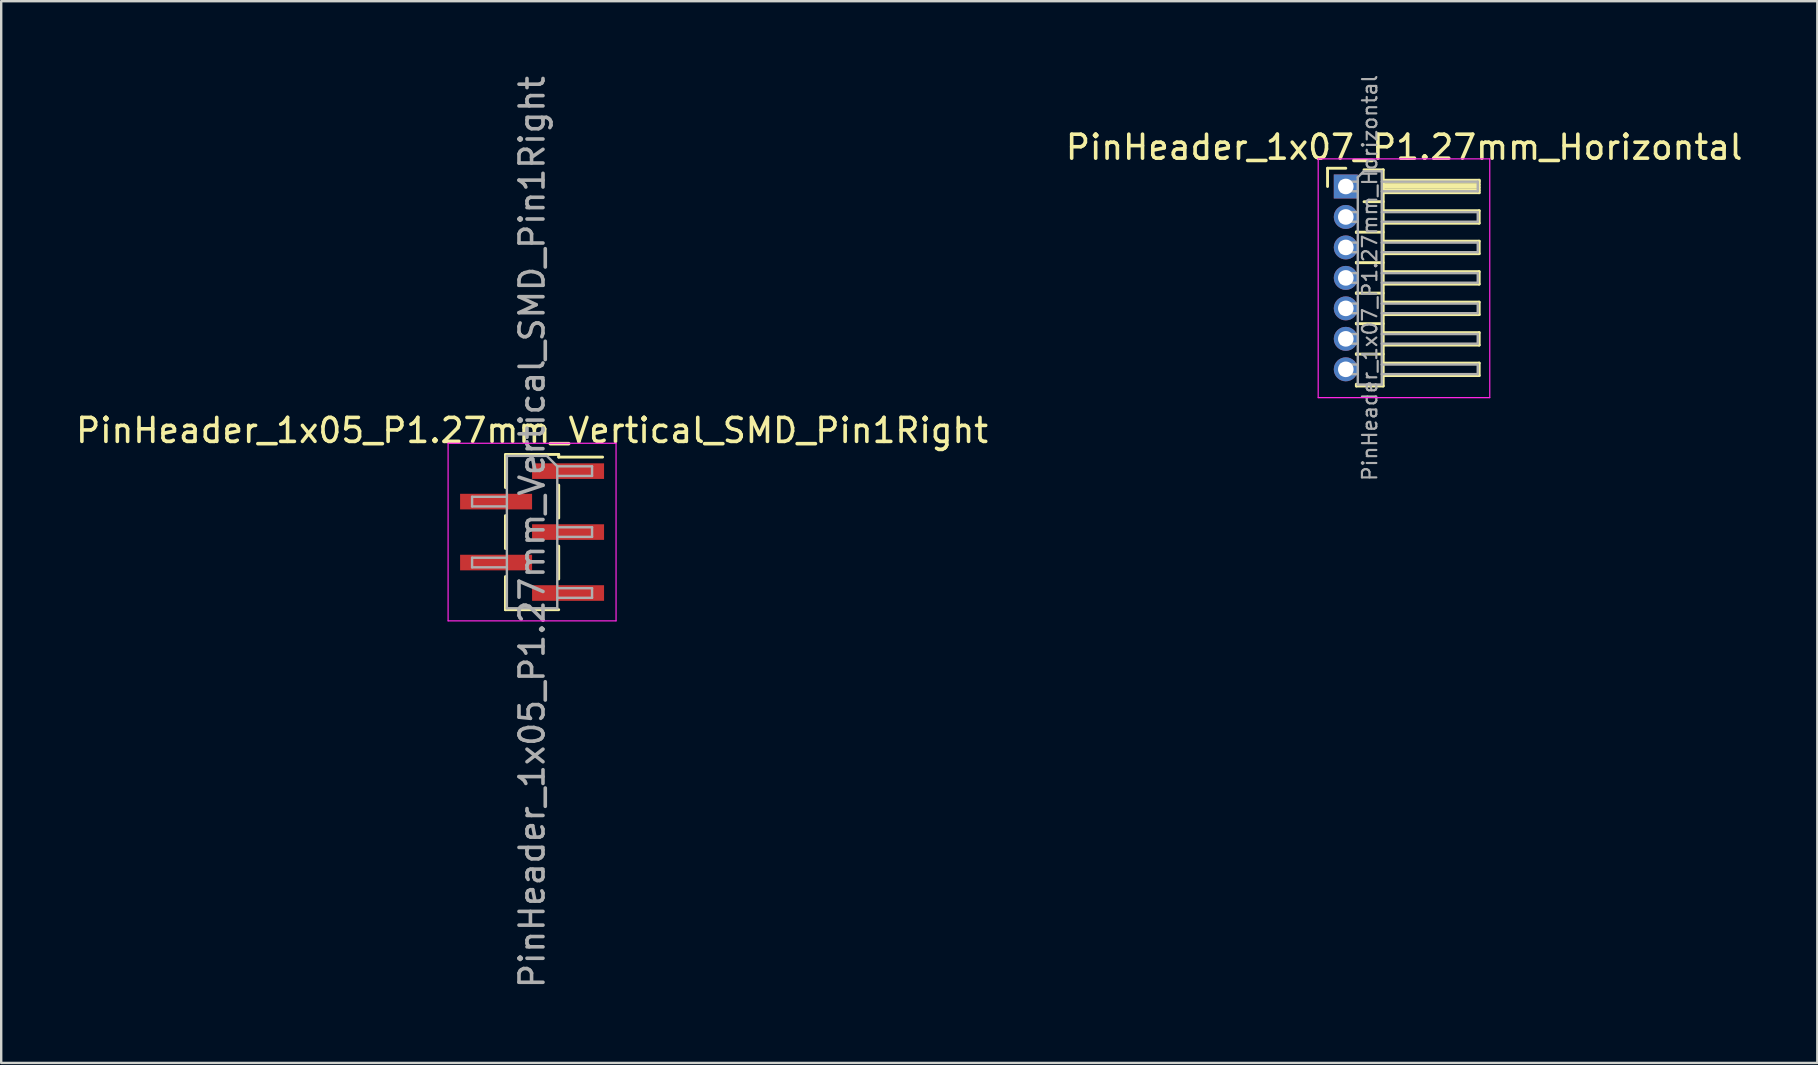
<source format=kicad_pcb>
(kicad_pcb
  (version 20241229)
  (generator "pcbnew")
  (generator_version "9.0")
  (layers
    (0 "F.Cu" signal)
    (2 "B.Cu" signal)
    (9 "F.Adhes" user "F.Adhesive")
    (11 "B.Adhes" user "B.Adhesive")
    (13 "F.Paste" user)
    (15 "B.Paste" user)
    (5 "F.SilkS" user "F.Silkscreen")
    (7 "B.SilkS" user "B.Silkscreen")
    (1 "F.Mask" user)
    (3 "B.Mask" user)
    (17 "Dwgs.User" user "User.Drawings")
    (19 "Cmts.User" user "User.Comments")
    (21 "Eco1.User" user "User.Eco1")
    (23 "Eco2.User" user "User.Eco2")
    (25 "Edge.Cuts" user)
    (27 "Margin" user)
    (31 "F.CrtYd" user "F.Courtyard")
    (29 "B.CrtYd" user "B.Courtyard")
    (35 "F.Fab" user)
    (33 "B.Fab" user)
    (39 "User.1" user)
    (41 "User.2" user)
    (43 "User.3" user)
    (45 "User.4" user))
  (footprint "PinHeader_1x07_P1.27mm_Horizontal"
    (layer "F.Cu")
    (at 53.038 4.722)
    (property "Reference" "PinHeader_1x07_P1.27mm_Horizontal" (at 2.433 -1.635 0) (layer "F.SilkS") (effects (font (size 1 1) (thickness 0.15))))
    (attr through_hole)
    (fp_line (start -0.76 -0.76) (end 0 -0.76) (stroke (width 0.12) (type solid)) (layer "F.SilkS"))
    (fp_line (start -0.76 0) (end -0.76 -0.76) (stroke (width 0.12) (type solid)) (layer "F.SilkS"))
    (fp_line (start 0.44 1.89) (end 0.44 1.92) (stroke (width 0.12) (type solid)) (layer "F.SilkS"))
    (fp_line (start 0.44 1.905) (end 1.56 1.905) (stroke (width 0.12) (type solid)) (layer "F.SilkS"))
    (fp_line (start 0.44 3.16) (end 0.44 3.19) (stroke (width 0.12) (type solid)) (layer "F.SilkS"))
    (fp_line (start 0.44 3.175) (end 1.56 3.175) (stroke (width 0.12) (type solid)) (layer "F.SilkS"))
    (fp_line (start 0.44 4.43) (end 0.44 4.46) (stroke (width 0.12) (type solid)) (layer "F.SilkS"))
    (fp_line (start 0.44 4.445) (end 1.56 4.445) (stroke (width 0.12) (type solid)) (layer "F.SilkS"))
    (fp_line (start 0.44 5.7) (end 0.44 5.73) (stroke (width 0.12) (type solid)) (layer "F.SilkS"))
    (fp_line (start 0.44 5.715) (end 1.56 5.715) (stroke (width 0.12) (type solid)) (layer "F.SilkS"))
    (fp_line (start 0.44 6.97) (end 0.44 7) (stroke (width 0.12) (type solid)) (layer "F.SilkS"))
    (fp_line (start 0.44 6.985) (end 1.56 6.985) (stroke (width 0.12) (type solid)) (layer "F.SilkS"))
    (fp_line (start 0.44 8.315) (end 0.44 8.24) (stroke (width 0.12) (type solid)) (layer "F.SilkS"))
    (fp_line (start 0.76 -0.695) (end 1.56 -0.695) (stroke (width 0.12) (type solid)) (layer "F.SilkS"))
    (fp_line (start 0.76 0.635) (end 1.56 0.635) (stroke (width 0.12) (type solid)) (layer "F.SilkS"))
    (fp_line (start 1.56 -0.695) (end 1.56 8.315) (stroke (width 0.12) (type solid)) (layer "F.SilkS"))
    (fp_line (start 1.56 -0.26) (end 5.56 -0.26) (stroke (width 0.12) (type solid)) (layer "F.SilkS"))
    (fp_line (start 1.56 -0.2) (end 5.56 -0.2) (stroke (width 0.12) (type solid)) (layer "F.SilkS"))
    (fp_line (start 1.56 -0.08) (end 5.56 -0.08) (stroke (width 0.12) (type solid)) (layer "F.SilkS"))
    (fp_line (start 1.56 0.04) (end 5.56 0.04) (stroke (width 0.12) (type solid)) (layer "F.SilkS"))
    (fp_line (start 1.56 0.16) (end 5.56 0.16) (stroke (width 0.12) (type solid)) (layer "F.SilkS"))
    (fp_line (start 1.56 1.01) (end 5.56 1.01) (stroke (width 0.12) (type solid)) (layer "F.SilkS"))
    (fp_line (start 1.56 2.28) (end 5.56 2.28) (stroke (width 0.12) (type solid)) (layer "F.SilkS"))
    (fp_line (start 1.56 3.55) (end 5.56 3.55) (stroke (width 0.12) (type solid)) (layer "F.SilkS"))
    (fp_line (start 1.56 4.82) (end 5.56 4.82) (stroke (width 0.12) (type solid)) (layer "F.SilkS"))
    (fp_line (start 1.56 6.09) (end 5.56 6.09) (stroke (width 0.12) (type solid)) (layer "F.SilkS"))
    (fp_line (start 1.56 7.36) (end 5.56 7.36) (stroke (width 0.12) (type solid)) (layer "F.SilkS"))
    (fp_line (start 1.56 8.315) (end 0.44 8.315) (stroke (width 0.12) (type solid)) (layer "F.SilkS"))
    (fp_line (start 5.56 -0.26) (end 5.56 0.26) (stroke (width 0.12) (type solid)) (layer "F.SilkS"))
    (fp_line (start 5.56 0.26) (end 1.56 0.26) (stroke (width 0.12) (type solid)) (layer "F.SilkS"))
    (fp_line (start 5.56 1.01) (end 5.56 1.53) (stroke (width 0.12) (type solid)) (layer "F.SilkS"))
    (fp_line (start 5.56 1.53) (end 1.56 1.53) (stroke (width 0.12) (type solid)) (layer "F.SilkS"))
    (fp_line (start 5.56 2.28) (end 5.56 2.8) (stroke (width 0.12) (type solid)) (layer "F.SilkS"))
    (fp_line (start 5.56 2.8) (end 1.56 2.8) (stroke (width 0.12) (type solid)) (layer "F.SilkS"))
    (fp_line (start 5.56 3.55) (end 5.56 4.07) (stroke (width 0.12) (type solid)) (layer "F.SilkS"))
    (fp_line (start 5.56 4.07) (end 1.56 4.07) (stroke (width 0.12) (type solid)) (layer "F.SilkS"))
    (fp_line (start 5.56 4.82) (end 5.56 5.34) (stroke (width 0.12) (type solid)) (layer "F.SilkS"))
    (fp_line (start 5.56 5.34) (end 1.56 5.34) (stroke (width 0.12) (type solid)) (layer "F.SilkS"))
    (fp_line (start 5.56 6.09) (end 5.56 6.61) (stroke (width 0.12) (type solid)) (layer "F.SilkS"))
    (fp_line (start 5.56 6.61) (end 1.56 6.61) (stroke (width 0.12) (type solid)) (layer "F.SilkS"))
    (fp_line (start 5.56 7.36) (end 5.56 7.88) (stroke (width 0.12) (type solid)) (layer "F.SilkS"))
    (fp_line (start 5.56 7.88) (end 1.56 7.88) (stroke (width 0.12) (type solid)) (layer "F.SilkS"))
    (fp_line (start -1.15 -1.15) (end -1.15 8.8) (stroke (width 0.05) (type solid)) (layer "F.CrtYd"))
    (fp_line (start -1.15 8.8) (end 6 8.8) (stroke (width 0.05) (type solid)) (layer "F.CrtYd"))
    (fp_line (start 6 -1.15) (end -1.15 -1.15) (stroke (width 0.05) (type solid)) (layer "F.CrtYd"))
    (fp_line (start 6 8.8) (end 6 -1.15) (stroke (width 0.05) (type solid)) (layer "F.CrtYd"))
    (fp_line (start -0.2 -0.2) (end -0.2 0.2) (stroke (width 0.1) (type solid)) (layer "F.Fab"))
    (fp_line (start -0.2 -0.2) (end 0.5 -0.2) (stroke (width 0.1) (type solid)) (layer "F.Fab"))
    (fp_line (start -0.2 0.2) (end 0.5 0.2) (stroke (width 0.1) (type solid)) (layer "F.Fab"))
    (fp_line (start -0.2 1.07) (end -0.2 1.47) (stroke (width 0.1) (type solid)) (layer "F.Fab"))
    (fp_line (start -0.2 1.07) (end 0.5 1.07) (stroke (width 0.1) (type solid)) (layer "F.Fab"))
    (fp_line (start -0.2 1.47) (end 0.5 1.47) (stroke (width 0.1) (type solid)) (layer "F.Fab"))
    (fp_line (start -0.2 2.34) (end -0.2 2.74) (stroke (width 0.1) (type solid)) (layer "F.Fab"))
    (fp_line (start -0.2 2.34) (end 0.5 2.34) (stroke (width 0.1) (type solid)) (layer "F.Fab"))
    (fp_line (start -0.2 2.74) (end 0.5 2.74) (stroke (width 0.1) (type solid)) (layer "F.Fab"))
    (fp_line (start -0.2 3.61) (end -0.2 4.01) (stroke (width 0.1) (type solid)) (layer "F.Fab"))
    (fp_line (start -0.2 3.61) (end 0.5 3.61) (stroke (width 0.1) (type solid)) (layer "F.Fab"))
    (fp_line (start -0.2 4.01) (end 0.5 4.01) (stroke (width 0.1) (type solid)) (layer "F.Fab"))
    (fp_line (start -0.2 4.88) (end -0.2 5.28) (stroke (width 0.1) (type solid)) (layer "F.Fab"))
    (fp_line (start -0.2 4.88) (end 0.5 4.88) (stroke (width 0.1) (type solid)) (layer "F.Fab"))
    (fp_line (start -0.2 5.28) (end 0.5 5.28) (stroke (width 0.1) (type solid)) (layer "F.Fab"))
    (fp_line (start -0.2 6.15) (end -0.2 6.55) (stroke (width 0.1) (type solid)) (layer "F.Fab"))
    (fp_line (start -0.2 6.15) (end 0.5 6.15) (stroke (width 0.1) (type solid)) (layer "F.Fab"))
    (fp_line (start -0.2 6.55) (end 0.5 6.55) (stroke (width 0.1) (type solid)) (layer "F.Fab"))
    (fp_line (start -0.2 7.42) (end -0.2 7.82) (stroke (width 0.1) (type solid)) (layer "F.Fab"))
    (fp_line (start -0.2 7.42) (end 0.5 7.42) (stroke (width 0.1) (type solid)) (layer "F.Fab"))
    (fp_line (start -0.2 7.82) (end 0.5 7.82) (stroke (width 0.1) (type solid)) (layer "F.Fab"))
    (fp_line (start 0.5 -0.385) (end 0.75 -0.635) (stroke (width 0.1) (type solid)) (layer "F.Fab"))
    (fp_line (start 0.5 8.255) (end 0.5 -0.385) (stroke (width 0.1) (type solid)) (layer "F.Fab"))
    (fp_line (start 0.75 -0.635) (end 1.5 -0.635) (stroke (width 0.1) (type solid)) (layer "F.Fab"))
    (fp_line (start 1.5 -0.635) (end 1.5 8.255) (stroke (width 0.1) (type solid)) (layer "F.Fab"))
    (fp_line (start 1.5 -0.2) (end 5.5 -0.2) (stroke (width 0.1) (type solid)) (layer "F.Fab"))
    (fp_line (start 1.5 0.2) (end 5.5 0.2) (stroke (width 0.1) (type solid)) (layer "F.Fab"))
    (fp_line (start 1.5 1.07) (end 5.5 1.07) (stroke (width 0.1) (type solid)) (layer "F.Fab"))
    (fp_line (start 1.5 1.47) (end 5.5 1.47) (stroke (width 0.1) (type solid)) (layer "F.Fab"))
    (fp_line (start 1.5 2.34) (end 5.5 2.34) (stroke (width 0.1) (type solid)) (layer "F.Fab"))
    (fp_line (start 1.5 2.74) (end 5.5 2.74) (stroke (width 0.1) (type solid)) (layer "F.Fab"))
    (fp_line (start 1.5 3.61) (end 5.5 3.61) (stroke (width 0.1) (type solid)) (layer "F.Fab"))
    (fp_line (start 1.5 4.01) (end 5.5 4.01) (stroke (width 0.1) (type solid)) (layer "F.Fab"))
    (fp_line (start 1.5 4.88) (end 5.5 4.88) (stroke (width 0.1) (type solid)) (layer "F.Fab"))
    (fp_line (start 1.5 5.28) (end 5.5 5.28) (stroke (width 0.1) (type solid)) (layer "F.Fab"))
    (fp_line (start 1.5 6.15) (end 5.5 6.15) (stroke (width 0.1) (type solid)) (layer "F.Fab"))
    (fp_line (start 1.5 6.55) (end 5.5 6.55) (stroke (width 0.1) (type solid)) (layer "F.Fab"))
    (fp_line (start 1.5 7.42) (end 5.5 7.42) (stroke (width 0.1) (type solid)) (layer "F.Fab"))
    (fp_line (start 1.5 7.82) (end 5.5 7.82) (stroke (width 0.1) (type solid)) (layer "F.Fab"))
    (fp_line (start 1.5 8.255) (end 0.5 8.255) (stroke (width 0.1) (type solid)) (layer "F.Fab"))
    (fp_line (start 5.5 -0.2) (end 5.5 0.2) (stroke (width 0.1) (type solid)) (layer "F.Fab"))
    (fp_line (start 5.5 1.07) (end 5.5 1.47) (stroke (width 0.1) (type solid)) (layer "F.Fab"))
    (fp_line (start 5.5 2.34) (end 5.5 2.74) (stroke (width 0.1) (type solid)) (layer "F.Fab"))
    (fp_line (start 5.5 3.61) (end 5.5 4.01) (stroke (width 0.1) (type solid)) (layer "F.Fab"))
    (fp_line (start 5.5 4.88) (end 5.5 5.28) (stroke (width 0.1) (type solid)) (layer "F.Fab"))
    (fp_line (start 5.5 6.15) (end 5.5 6.55) (stroke (width 0.1) (type solid)) (layer "F.Fab"))
    (fp_line (start 5.5 7.42) (end 5.5 7.82) (stroke (width 0.1) (type solid)) (layer "F.Fab"))
    (fp_text user "${REFERENCE}" (at 1 3.81 90) (layer "F.Fab") (effects (font (size 0.6 0.6) (thickness 0.09))))
    (pad "1" thru_hole rect (at 0 0) (size 1 1) (drill 0.65) (layers "*.Cu" "*.Mask"))
    (pad "2" thru_hole oval (at 0 1.27) (size 1 1) (drill 0.65) (layers "*.Cu" "*.Mask"))
    (pad "3" thru_hole oval (at 0 2.54) (size 1 1) (drill 0.65) (layers "*.Cu" "*.Mask"))
    (pad "4" thru_hole oval (at 0 3.81) (size 1 1) (drill 0.65) (layers "*.Cu" "*.Mask"))
    (pad "5" thru_hole oval (at 0 5.08) (size 1 1) (drill 0.65) (layers "*.Cu" "*.Mask"))
    (pad "6" thru_hole oval (at 0 6.35) (size 1 1) (drill 0.65) (layers "*.Cu" "*.Mask"))
    (pad "7" thru_hole oval (at 0 7.62) (size 1 1) (drill 0.65) (layers "*.Cu" "*.Mask")))
  (footprint "PinHeader_1x05_P1.27mm_Vertical_SMD_Pin1Right"
    (layer "F.Cu")
    (at 19.125 19.125)
    (property "Reference" "PinHeader_1x05_P1.27mm_Vertical_SMD_Pin1Right" (at 0 -4.235 0) (layer "F.SilkS") (effects (font (size 1 1) (thickness 0.15))))
    (attr smd)
    (fp_line (start -1.11 -3.235) (end 1.11 -3.235) (stroke (width 0.12) (type solid)) (layer "F.SilkS"))
    (fp_line (start -1.11 -3.225) (end -1.11 -1.855) (stroke (width 0.12) (type solid)) (layer "F.SilkS"))
    (fp_line (start -1.11 -0.685) (end -1.11 0.685) (stroke (width 0.12) (type solid)) (layer "F.SilkS"))
    (fp_line (start -1.11 1.855) (end -1.11 3.225) (stroke (width 0.12) (type solid)) (layer "F.SilkS"))
    (fp_line (start -1.11 3.125) (end -1.11 3.235) (stroke (width 0.12) (type solid)) (layer "F.SilkS"))
    (fp_line (start -1.11 3.235) (end 1.11 3.235) (stroke (width 0.12) (type solid)) (layer "F.SilkS"))
    (fp_line (start 1.11 -3.235) (end 1.11 -3.125) (stroke (width 0.12) (type solid)) (layer "F.SilkS"))
    (fp_line (start 1.11 -3.125) (end 2.94 -3.125) (stroke (width 0.12) (type solid)) (layer "F.SilkS"))
    (fp_line (start 1.11 -1.955) (end 1.11 -0.585) (stroke (width 0.12) (type solid)) (layer "F.SilkS"))
    (fp_line (start 1.11 0.585) (end 1.11 1.955) (stroke (width 0.12) (type solid)) (layer "F.SilkS"))
    (fp_line (start -3.5 -3.7) (end -3.5 3.7) (stroke (width 0.05) (type solid)) (layer "F.CrtYd"))
    (fp_line (start -3.5 3.7) (end 3.5 3.7) (stroke (width 0.05) (type solid)) (layer "F.CrtYd"))
    (fp_line (start 3.5 -3.7) (end -3.5 -3.7) (stroke (width 0.05) (type solid)) (layer "F.CrtYd"))
    (fp_line (start 3.5 3.7) (end 3.5 -3.7) (stroke (width 0.05) (type solid)) (layer "F.CrtYd"))
    (fp_line (start -2.5 -1.47) (end -2.5 -1.07) (stroke (width 0.1) (type solid)) (layer "F.Fab"))
    (fp_line (start -2.5 -1.07) (end -1.05 -1.07) (stroke (width 0.1) (type solid)) (layer "F.Fab"))
    (fp_line (start -2.5 1.07) (end -2.5 1.47) (stroke (width 0.1) (type solid)) (layer "F.Fab"))
    (fp_line (start -2.5 1.47) (end -1.05 1.47) (stroke (width 0.1) (type solid)) (layer "F.Fab"))
    (fp_line (start -1.05 -3.175) (end -1.05 3.175) (stroke (width 0.1) (type solid)) (layer "F.Fab"))
    (fp_line (start -1.05 -3.175) (end 0.615 -3.175) (stroke (width 0.1) (type solid)) (layer "F.Fab"))
    (fp_line (start -1.05 -1.47) (end -2.5 -1.47) (stroke (width 0.1) (type solid)) (layer "F.Fab"))
    (fp_line (start -1.05 1.07) (end -2.5 1.07) (stroke (width 0.1) (type solid)) (layer "F.Fab"))
    (fp_line (start 1.05 -2.74) (end 0.615 -3.175) (stroke (width 0.1) (type solid)) (layer "F.Fab"))
    (fp_line (start 1.05 -2.74) (end 2.5 -2.74) (stroke (width 0.1) (type solid)) (layer "F.Fab"))
    (fp_line (start 1.05 -0.2) (end 2.5 -0.2) (stroke (width 0.1) (type solid)) (layer "F.Fab"))
    (fp_line (start 1.05 2.34) (end 2.5 2.34) (stroke (width 0.1) (type solid)) (layer "F.Fab"))
    (fp_line (start 1.05 3.175) (end -1.05 3.175) (stroke (width 0.1) (type solid)) (layer "F.Fab"))
    (fp_line (start 1.05 3.175) (end 1.05 -2.74) (stroke (width 0.1) (type solid)) (layer "F.Fab"))
    (fp_line (start 2.5 -2.74) (end 2.5 -2.34) (stroke (width 0.1) (type solid)) (layer "F.Fab"))
    (fp_line (start 2.5 -2.34) (end 1.05 -2.34) (stroke (width 0.1) (type solid)) (layer "F.Fab"))
    (fp_line (start 2.5 -0.2) (end 2.5 0.2) (stroke (width 0.1) (type solid)) (layer "F.Fab"))
    (fp_line (start 2.5 0.2) (end 1.05 0.2) (stroke (width 0.1) (type solid)) (layer "F.Fab"))
    (fp_line (start 2.5 2.34) (end 2.5 2.74) (stroke (width 0.1) (type solid)) (layer "F.Fab"))
    (fp_line (start 2.5 2.74) (end 1.05 2.74) (stroke (width 0.1) (type solid)) (layer "F.Fab"))
    (fp_text user "${REFERENCE}" (at 0 0 90) (layer "F.Fab") (effects (font (size 1 1) (thickness 0.15))))
    (pad "1" smd rect (at 1.5 -2.54) (size 3 0.65) (layers "F.Cu" "F.Mask" "F.Paste"))
    (pad "2" smd rect (at -1.5 -1.27) (size 3 0.65) (layers "F.Cu" "F.Mask" "F.Paste"))
    (pad "3" smd rect (at 1.5 0) (size 3 0.65) (layers "F.Cu" "F.Mask" "F.Paste"))
    (pad "4" smd rect (at -1.5 1.27) (size 3 0.65) (layers "F.Cu" "F.Mask" "F.Paste"))
    (pad "5" smd rect (at 1.5 2.54) (size 3 0.65) (layers "F.Cu" "F.Mask" "F.Paste")))
  (gr_rect
    (start -3 -3)
    (end 72.69 41.25)
    (stroke (width 0.1) (type default))
    (fill no)
    (layer "Edge.Cuts")))
</source>
